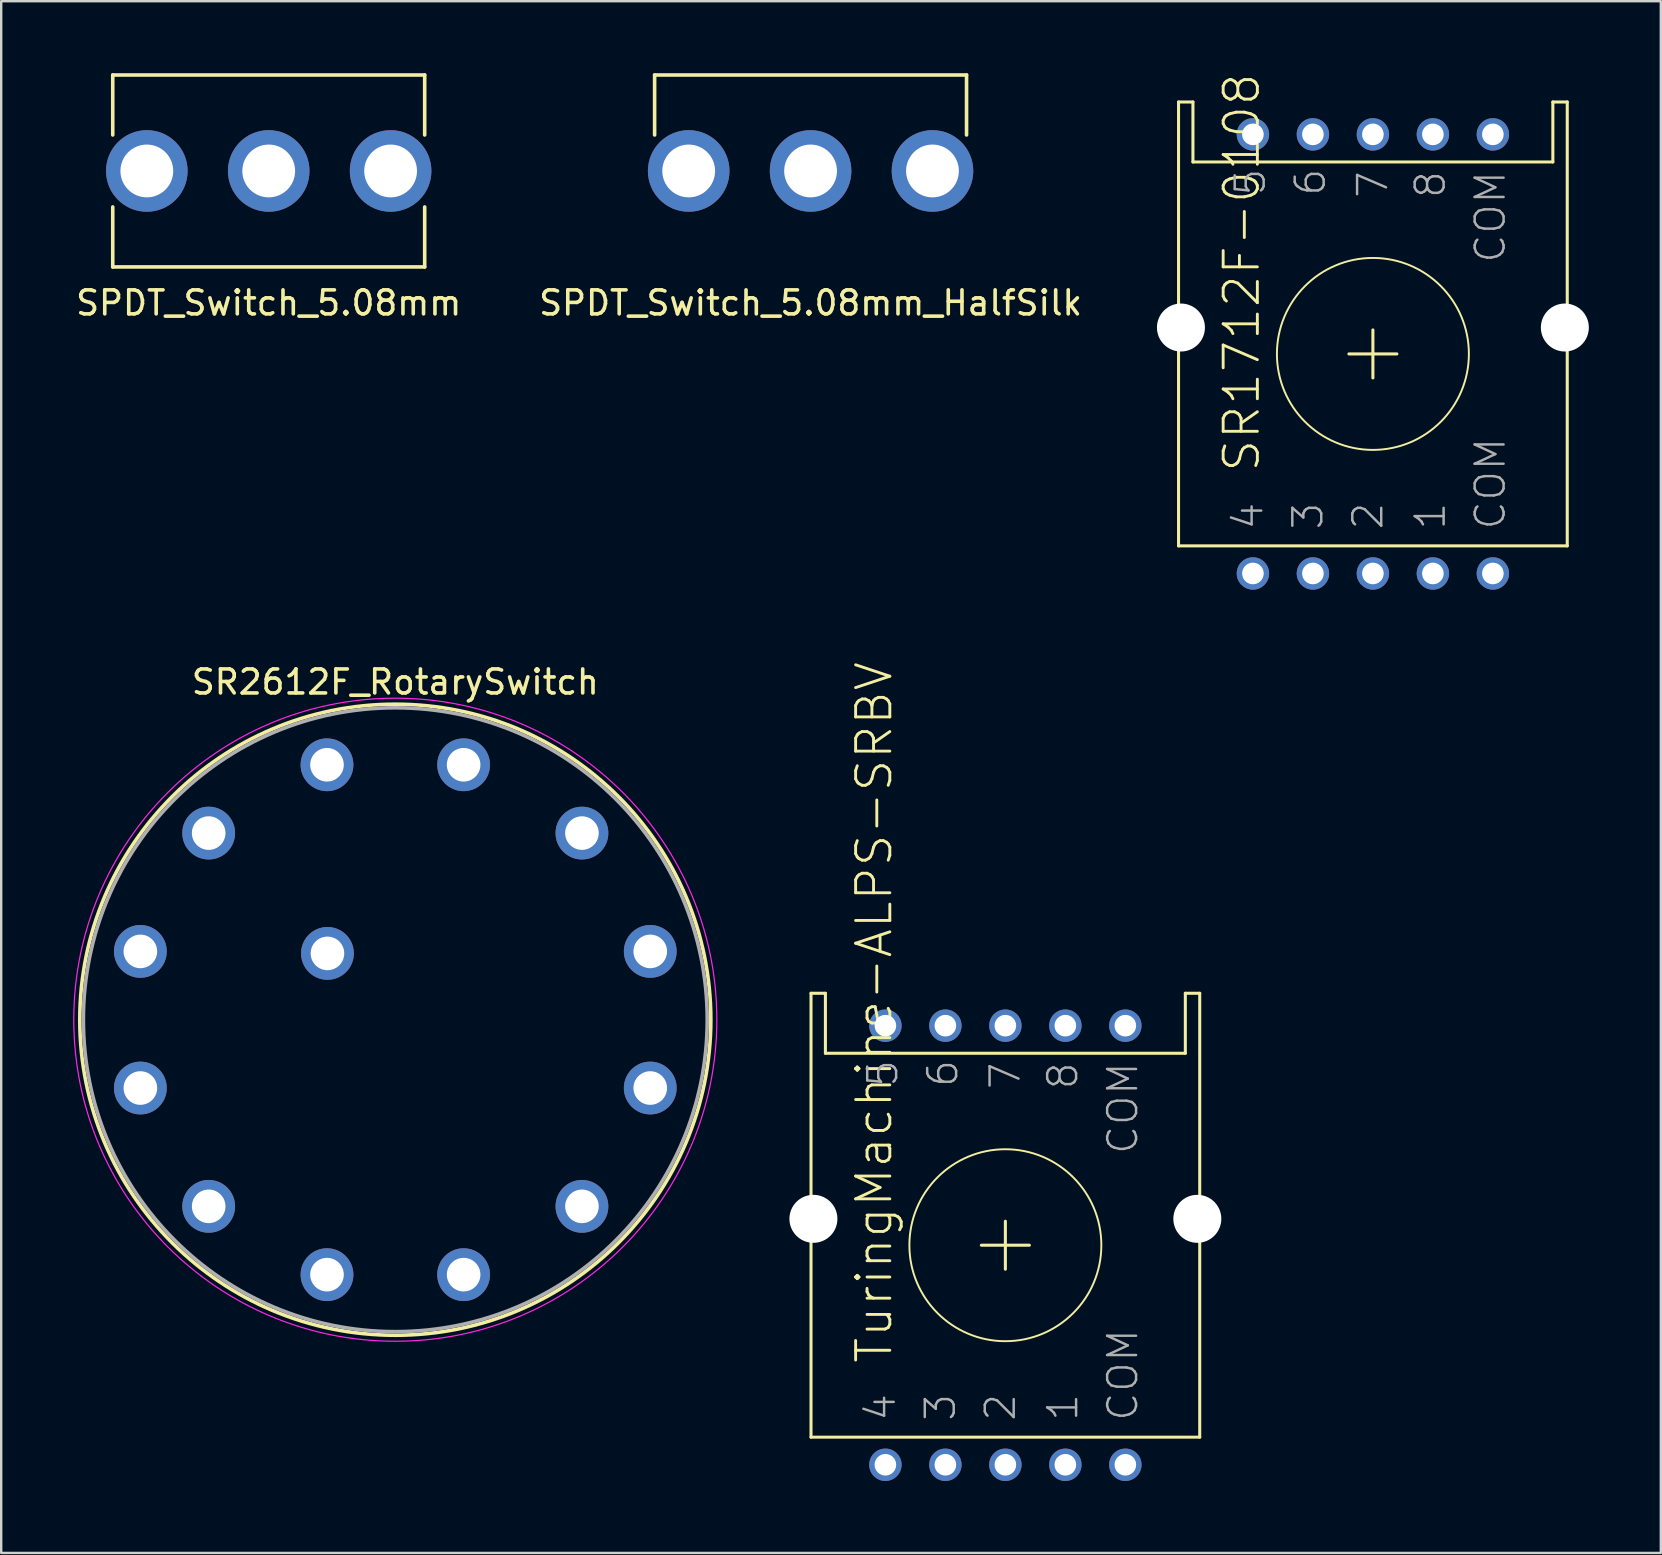
<source format=kicad_pcb>
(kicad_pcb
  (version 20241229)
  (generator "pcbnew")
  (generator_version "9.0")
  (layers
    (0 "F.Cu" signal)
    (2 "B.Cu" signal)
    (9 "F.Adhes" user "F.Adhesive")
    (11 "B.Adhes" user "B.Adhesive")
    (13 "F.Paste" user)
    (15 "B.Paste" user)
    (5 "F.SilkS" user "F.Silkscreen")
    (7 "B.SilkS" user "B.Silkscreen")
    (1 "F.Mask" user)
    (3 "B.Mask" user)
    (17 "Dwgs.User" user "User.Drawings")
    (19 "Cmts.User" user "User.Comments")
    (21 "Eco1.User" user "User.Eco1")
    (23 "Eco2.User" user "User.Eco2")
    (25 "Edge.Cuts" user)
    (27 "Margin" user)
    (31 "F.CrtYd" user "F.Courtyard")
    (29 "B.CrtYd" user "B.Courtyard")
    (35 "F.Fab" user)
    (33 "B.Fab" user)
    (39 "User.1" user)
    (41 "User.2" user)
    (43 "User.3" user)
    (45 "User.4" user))
  (footprint "SPDT_Switch_5.08mm"
    (layer "F.Cu")
    (at 8.149 4.075)
    (property "Reference" "SPDT_Switch_5.08mm" (at 0 5.5 0) (layer "F.SilkS") (effects (font (size 1 1) (thickness 0.15))))
    (attr through_hole)
    (fp_line (start -6.5 -4) (end -6.5 -1.5) (stroke (width 0.15) (type solid)) (layer "F.SilkS"))
    (fp_line (start -6.5 -4) (end 6.5 -4) (stroke (width 0.15) (type solid)) (layer "F.SilkS"))
    (fp_line (start -6.5 4) (end -6.5 1.5) (stroke (width 0.15) (type solid)) (layer "F.SilkS"))
    (fp_line (start 6.5 -4) (end 6.5 -1.5) (stroke (width 0.15) (type solid)) (layer "F.SilkS"))
    (fp_line (start 6.5 4) (end -6.5 4) (stroke (width 0.15) (type solid)) (layer "F.SilkS"))
    (fp_line (start 6.5 4) (end 6.5 1.5) (stroke (width 0.15) (type solid)) (layer "F.SilkS"))
    (pad "1" thru_hole circle (at -5.08 0) (size 3.4 3.4) (drill 2.2) (layers "*.Cu" "*.Mask"))
    (pad "2" thru_hole circle (at 0 0) (size 3.4 3.4) (drill 2.2) (layers "*.Cu" "*.Mask"))
    (pad "3" thru_hole circle (at 5.08 0) (size 3.4 3.4) (drill 2.2) (layers "*.Cu" "*.Mask")))
  (footprint "TuringMachine-ALPS-SRBV"
    (layer "F.Cu")
    (at 38.85 48.846)
    (property "Reference" "TuringMachine-ALPS-SRBV" (at -4.635 5 90) (layer "F.SilkS") (effects (font (size 1.425 1.425) (thickness 0.12)) (justify left bottom)))
    (attr through_hole)
    (fp_line (start -8.1 -10.5) (end -8.1 8) (stroke (width 0.127) (type solid)) (layer "F.SilkS"))
    (fp_line (start -8.1 8) (end 8.1 8) (stroke (width 0.127) (type solid)) (layer "F.SilkS"))
    (fp_line (start -7.5 -10.5) (end -8.1 -10.5) (stroke (width 0.127) (type solid)) (layer "F.SilkS"))
    (fp_line (start -7.5 -8) (end -7.5 -10.5) (stroke (width 0.127) (type solid)) (layer "F.SilkS"))
    (fp_line (start -1 0) (end 1 0) (stroke (width 0.127) (type solid)) (layer "F.SilkS"))
    (fp_line (start 0 1) (end 0 -1) (stroke (width 0.127) (type solid)) (layer "F.SilkS"))
    (fp_line (start 7.5 -10.5) (end 7.5 -8) (stroke (width 0.127) (type solid)) (layer "F.SilkS"))
    (fp_line (start 7.5 -8) (end -7.5 -8) (stroke (width 0.127) (type solid)) (layer "F.SilkS"))
    (fp_line (start 8.1 -10.5) (end 7.5 -10.5) (stroke (width 0.127) (type solid)) (layer "F.SilkS"))
    (fp_line (start 8.1 8) (end 8.1 -10.5) (stroke (width 0.127) (type solid)) (layer "F.SilkS"))
    (fp_circle (center 0 0) (end 4 0) (stroke (width 0.08) (type solid)) (fill no) (layer "F.SilkS"))
    (fp_text user "COM" (at 5.6 -7.7 90) (layer "F.Fab") (effects (font (size 1.206 1.206) (thickness 0.102)) (justify right bottom)))
    (fp_text user "7" (at 0.7 -7.7 90) (layer "F.Fab") (effects (font (size 1.206 1.206) (thickness 0.102)) (justify right bottom)))
    (fp_text user "4" (at -4.5 7.4 90) (layer "F.Fab") (effects (font (size 1.206 1.206) (thickness 0.102)) (justify left bottom)))
    (fp_text user "COM" (at 5.6 7.4 90) (layer "F.Fab") (effects (font (size 1.206 1.206) (thickness 0.102)) (justify left bottom)))
    (fp_text user "6" (at -1.9 -7.8 90) (layer "F.Fab") (effects (font (size 1.206 1.206) (thickness 0.102)) (justify right bottom)))
    (fp_text user "1" (at 3.1 7.4 90) (layer "F.Fab") (effects (font (size 1.206 1.206) (thickness 0.102)) (justify left bottom)))
    (fp_text user "3" (at -2 7.4 90) (layer "F.Fab") (effects (font (size 1.206 1.206) (thickness 0.102)) (justify left bottom)))
    (fp_text user "5" (at -4.4 -7.8 90) (layer "F.Fab") (effects (font (size 1.206 1.206) (thickness 0.102)) (justify right bottom)))
    (fp_text user "8" (at 3.1 -7.7 90) (layer "F.Fab") (effects (font (size 1.206 1.206) (thickness 0.102)) (justify right bottom)))
    (fp_text user "2" (at 0.5 7.4 90) (layer "F.Fab") (effects (font (size 1.206 1.206) (thickness 0.102)) (justify left bottom)))
    (pad "" np_thru_hole circle (at -8 -1.1) (size 2 2) (drill 2) (layers "*.Cu" "*.Mask"))
    (pad "" np_thru_hole circle (at 8 -1.1) (size 2 2) (drill 2) (layers "*.Cu" "*.Mask"))
    (pad "A" thru_hole circle (at 2.5 9.15) (size 1.35 1.35) (drill 0.9) (layers "*.Cu" "*.Mask"))
    (pad "B" thru_hole circle (at 0 9.15) (size 1.35 1.35) (drill 0.9) (layers "*.Cu" "*.Mask"))
    (pad "C" thru_hole circle (at -2.5 9.15) (size 1.35 1.35) (drill 0.9) (layers "*.Cu" "*.Mask"))
    (pad "COM" thru_hole circle (at 5 9.15) (size 1.35 1.35) (drill 0.9) (layers "*.Cu" "*.Mask"))
    (pad "COM2" thru_hole circle (at 5 -9.15) (size 1.35 1.35) (drill 0.9) (layers "*.Cu" "*.Mask"))
    (pad "D" thru_hole circle (at -5 9.15) (size 1.35 1.35) (drill 0.9) (layers "*.Cu" "*.Mask"))
    (pad "E" thru_hole circle (at -5 -9.15) (size 1.35 1.35) (drill 0.9) (layers "*.Cu" "*.Mask"))
    (pad "F" thru_hole circle (at -2.5 -9.15) (size 1.35 1.35) (drill 0.9) (layers "*.Cu" "*.Mask"))
    (pad "G" thru_hole circle (at 0 -9.15) (size 1.35 1.35) (drill 0.9) (layers "*.Cu" "*.Mask"))
    (pad "H" thru_hole circle (at 2.5 -9.15) (size 1.35 1.35) (drill 0.9) (layers "*.Cu" "*.Mask")))
  (footprint "SR2612F_RotarySwitch"
    (layer "F.Cu")
    (at 13.425 39.448)
    (property "Reference" "SR2612F_RotarySwitch" (at 0 -14.075 0) (layer "F.SilkS") (effects (font (size 1 1) (thickness 0.15))))
    (attr through_hole)
    (fp_circle (center 0 0) (end 0 13.15) (stroke (width 0.15) (type solid)) (fill no) (layer "F.SilkS"))
    (fp_circle (center 0 0) (end 0 13.4) (stroke (width 0.05) (type solid)) (fill no) (layer "F.CrtYd"))
    (fp_circle (center 0 0) (end 0 13) (stroke (width 0.15) (type solid)) (fill no) (layer "F.Fab"))
    (pad "1" thru_hole oval (at -10.625 -2.847) (size 2.2 2.2) (drill 1.4) (layers "*.Cu" "*.Mask"))
    (pad "2" thru_hole oval (at -7.778 -7.778) (size 2.2 2.2) (drill 1.4) (layers "*.Cu" "*.Mask"))
    (pad "3" thru_hole oval (at -2.847 -10.625) (size 2.2 2.2) (drill 1.4) (layers "*.Cu" "*.Mask"))
    (pad "4" thru_hole oval (at 2.847 -10.625) (size 2.2 2.2) (drill 1.4) (layers "*.Cu" "*.Mask"))
    (pad "5" thru_hole oval (at 7.778 -7.778) (size 2.2 2.2) (drill 1.4) (layers "*.Cu" "*.Mask"))
    (pad "6" thru_hole oval (at 10.625 -2.847) (size 2.2 2.2) (drill 1.4) (layers "*.Cu" "*.Mask"))
    (pad "7" thru_hole oval (at 10.625 2.847) (size 2.2 2.2) (drill 1.4) (layers "*.Cu" "*.Mask"))
    (pad "8" thru_hole oval (at 7.778 7.778) (size 2.2 2.2) (drill 1.4) (layers "*.Cu" "*.Mask"))
    (pad "9" thru_hole oval (at 2.847 10.625) (size 2.2 2.2) (drill 1.4) (layers "*.Cu" "*.Mask"))
    (pad "10" thru_hole oval (at -2.847 10.625) (size 2.2 2.2) (drill 1.4) (layers "*.Cu" "*.Mask"))
    (pad "11" thru_hole oval (at -7.778 7.778) (size 2.2 2.2) (drill 1.4) (layers "*.Cu" "*.Mask"))
    (pad "12" thru_hole oval (at -10.625 2.847) (size 2.2 2.2) (drill 1.4) (layers "*.Cu" "*.Mask"))
    (pad "13" thru_hole circle (at -2.828 -2.764 15) (size 2.2 2.2) (drill 1.4) (layers "*.Cu" "*.Mask")))
  (footprint "SPDT_Switch_5.08mm_HalfSilk"
    (layer "F.Cu")
    (at 30.732 4.075)
    (property "Reference" "SPDT_Switch_5.08mm_HalfSilk" (at 0 5.5 0) (layer "F.SilkS") (effects (font (size 1 1) (thickness 0.15))))
    (attr through_hole)
    (fp_line (start -6.5 -4) (end -6.5 -1.5) (stroke (width 0.15) (type solid)) (layer "F.SilkS"))
    (fp_line (start -6.5 -4) (end 6.5 -4) (stroke (width 0.15) (type solid)) (layer "F.SilkS"))
    (fp_line (start 6.5 -4) (end 6.5 -1.5) (stroke (width 0.15) (type solid)) (layer "F.SilkS"))
    (pad "1" thru_hole circle (at -5.08 0) (size 3.4 3.4) (drill 2.2) (layers "*.Cu" "*.Mask"))
    (pad "2" thru_hole circle (at 0 0) (size 3.4 3.4) (drill 2.2) (layers "*.Cu" "*.Mask"))
    (pad "3" thru_hole circle (at 5.08 0) (size 3.4 3.4) (drill 2.2) (layers "*.Cu" "*.Mask")))
  (footprint "SR1712F-0108"
    (layer "F.Cu")
    (at 54.167 11.7)
    (property "Reference" "SR1712F-0108" (at -4.635 5 90) (layer "F.SilkS") (effects (font (size 1.425 1.425) (thickness 0.12)) (justify left bottom)))
    (attr through_hole)
    (fp_line (start -8.1 -10.5) (end -8.1 8) (stroke (width 0.127) (type solid)) (layer "F.SilkS"))
    (fp_line (start -8.1 8) (end 8.1 8) (stroke (width 0.127) (type solid)) (layer "F.SilkS"))
    (fp_line (start -7.5 -10.5) (end -8.1 -10.5) (stroke (width 0.127) (type solid)) (layer "F.SilkS"))
    (fp_line (start -7.5 -8) (end -7.5 -10.5) (stroke (width 0.127) (type solid)) (layer "F.SilkS"))
    (fp_line (start -1 0) (end 1 0) (stroke (width 0.127) (type solid)) (layer "F.SilkS"))
    (fp_line (start 0 1) (end 0 -1) (stroke (width 0.127) (type solid)) (layer "F.SilkS"))
    (fp_line (start 7.5 -10.5) (end 7.5 -8) (stroke (width 0.127) (type solid)) (layer "F.SilkS"))
    (fp_line (start 7.5 -8) (end -7.5 -8) (stroke (width 0.127) (type solid)) (layer "F.SilkS"))
    (fp_line (start 8.1 -10.5) (end 7.5 -10.5) (stroke (width 0.127) (type solid)) (layer "F.SilkS"))
    (fp_line (start 8.1 8) (end 8.1 -10.5) (stroke (width 0.127) (type solid)) (layer "F.SilkS"))
    (fp_circle (center 0 0) (end 4 0) (stroke (width 0.08) (type solid)) (fill no) (layer "F.SilkS"))
    (fp_text user "8" (at 3.1 -7.7 90) (layer "F.Fab") (effects (font (size 1.206 1.206) (thickness 0.102)) (justify right bottom)))
    (fp_text user "4" (at -4.5 7.4 90) (layer "F.Fab") (effects (font (size 1.206 1.206) (thickness 0.102)) (justify left bottom)))
    (fp_text user "6" (at -1.9 -7.8 90) (layer "F.Fab") (effects (font (size 1.206 1.206) (thickness 0.102)) (justify right bottom)))
    (fp_text user "2" (at 0.5 7.4 90) (layer "F.Fab") (effects (font (size 1.206 1.206) (thickness 0.102)) (justify left bottom)))
    (fp_text user "1" (at 3.1 7.4 90) (layer "F.Fab") (effects (font (size 1.206 1.206) (thickness 0.102)) (justify left bottom)))
    (fp_text user "3" (at -2 7.4 90) (layer "F.Fab") (effects (font (size 1.206 1.206) (thickness 0.102)) (justify left bottom)))
    (fp_text user "5" (at -4.4 -7.8 90) (layer "F.Fab") (effects (font (size 1.206 1.206) (thickness 0.102)) (justify right bottom)))
    (fp_text user "COM" (at 5.6 -7.7 90) (layer "F.Fab") (effects (font (size 1.206 1.206) (thickness 0.102)) (justify right bottom)))
    (fp_text user "7" (at 0.7 -7.7 90) (layer "F.Fab") (effects (font (size 1.206 1.206) (thickness 0.102)) (justify right bottom)))
    (fp_text user "COM" (at 5.6 7.4 90) (layer "F.Fab") (effects (font (size 1.206 1.206) (thickness 0.102)) (justify left bottom)))
    (pad "" np_thru_hole circle (at -8 -1.1) (size 2 2) (drill 2) (layers "*.Cu" "*.Mask"))
    (pad "" np_thru_hole circle (at 8 -1.1) (size 2 2) (drill 2) (layers "*.Cu" "*.Mask"))
    (pad "A" thru_hole circle (at 2.5 9.15) (size 1.35 1.35) (drill 0.9) (layers "*.Cu" "*.Mask"))
    (pad "B" thru_hole circle (at 0 9.15) (size 1.35 1.35) (drill 0.9) (layers "*.Cu" "*.Mask"))
    (pad "C" thru_hole circle (at -2.5 9.15) (size 1.35 1.35) (drill 0.9) (layers "*.Cu" "*.Mask"))
    (pad "COM1" thru_hole circle (at 5 9.15) (size 1.35 1.35) (drill 0.9) (layers "*.Cu" "*.Mask"))
    (pad "COM2" thru_hole circle (at 5 -9.15) (size 1.35 1.35) (drill 0.9) (layers "*.Cu" "*.Mask"))
    (pad "D" thru_hole circle (at -5 9.15) (size 1.35 1.35) (drill 0.9) (layers "*.Cu" "*.Mask"))
    (pad "E" thru_hole circle (at -5 -9.15) (size 1.35 1.35) (drill 0.9) (layers "*.Cu" "*.Mask"))
    (pad "F" thru_hole circle (at -2.5 -9.15) (size 1.35 1.35) (drill 0.9) (layers "*.Cu" "*.Mask"))
    (pad "G" thru_hole circle (at 0 -9.15) (size 1.35 1.35) (drill 0.9) (layers "*.Cu" "*.Mask"))
    (pad "H" thru_hole circle (at 2.5 -9.15) (size 1.35 1.35) (drill 0.9) (layers "*.Cu" "*.Mask")))
  (gr_rect
    (start -3 -3)
    (end 66.167 61.671)
    (stroke (width 0.1) (type default))
    (fill no)
    (layer "Edge.Cuts")))
</source>
